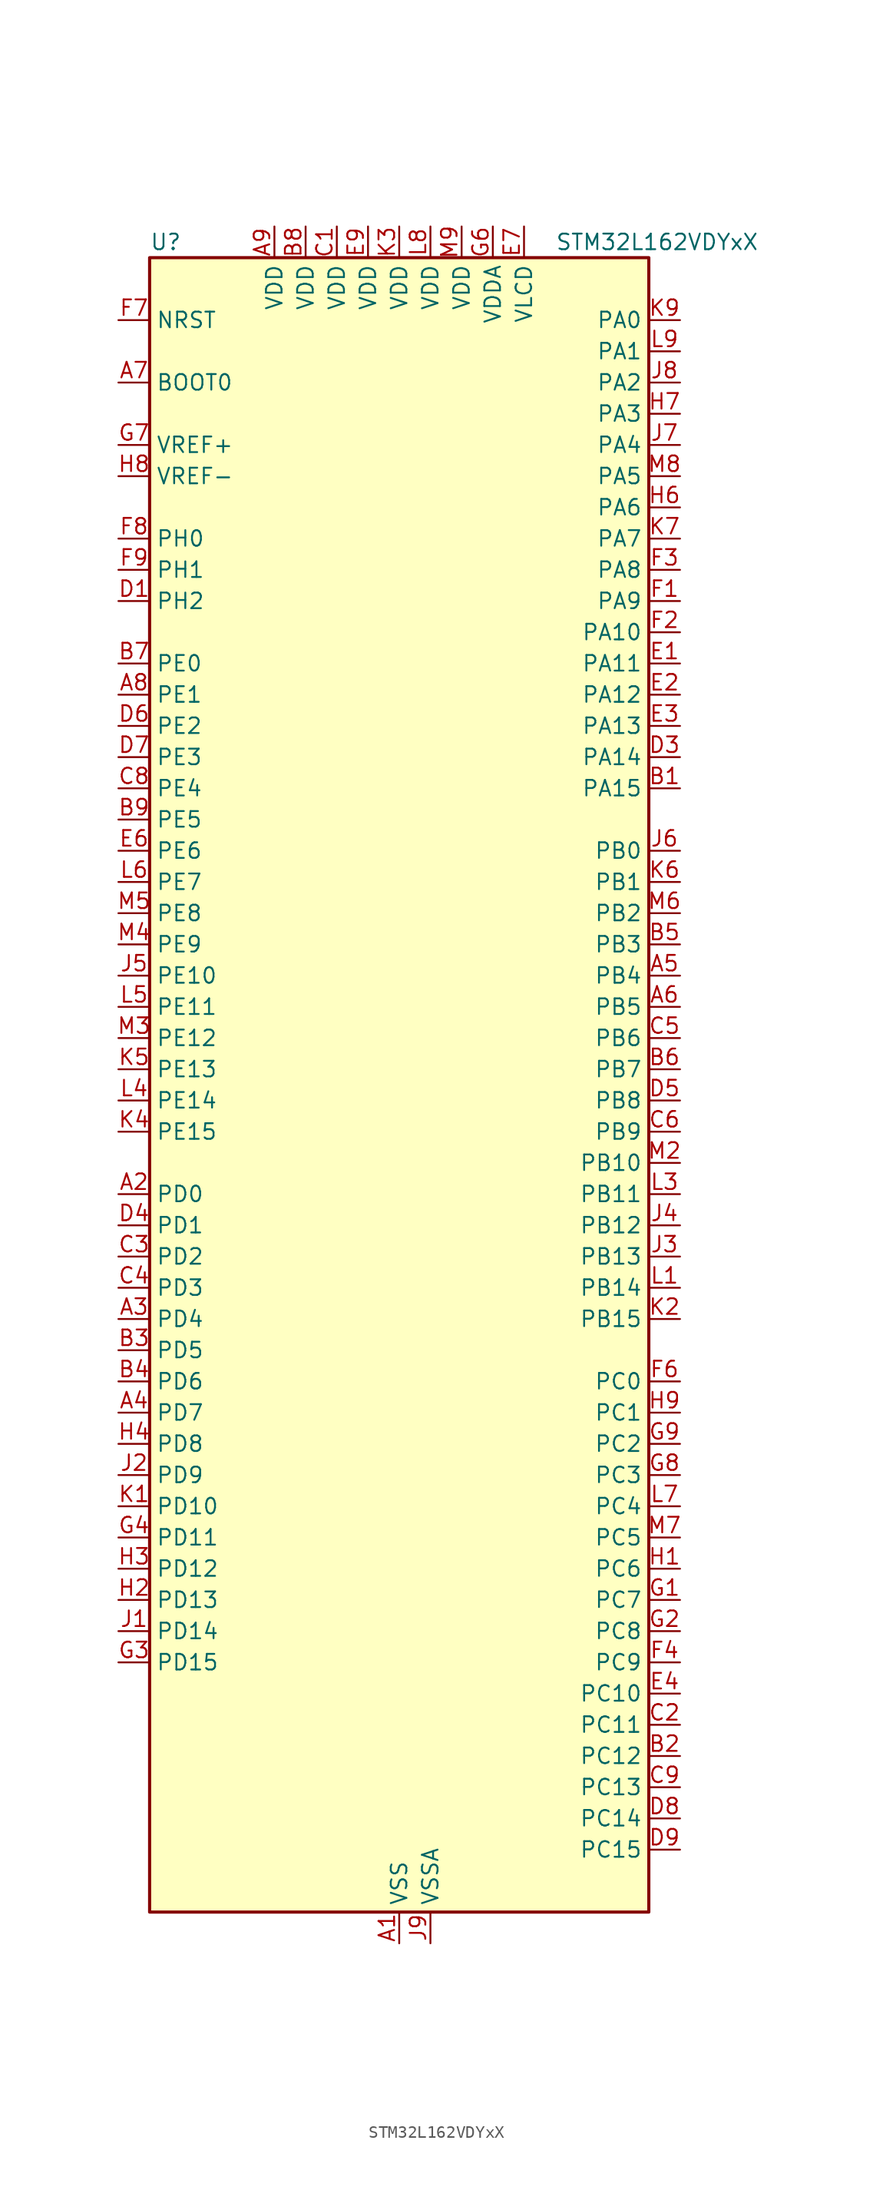
<source format=kicad_sym>
(kicad_symbol_lib
  (version 20241209)
  (generator "kicad_symbol_editor")
  (generator_version "9.0")
  (symbol "STM32L162VDYxX"
    (property "Reference" "U"
      (at -20.32 69.85 0)
      (effects (font (size 1.27 1.27)) (justify left)))
    (property "Value" "STM32L162VDYxX"
      (at 12.7 69.85 0)
      (effects (font (size 1.27 1.27)) (justify left)))
    (symbol "STM32L162VDYxX_0_1"
      (rectangle (start -20.32 -66.04) (end 20.32 68.58) (stroke (width 0.254) (type default)) (fill (type background))))
    (symbol "STM32L162VDYxX_1_1"
      (pin input line (at -22.86 63.5 0) (length 2.54) (name "NRST" (effects (font (size 1.27 1.27)))) (number "F7" (effects (font (size 1.27 1.27)))))
      (pin input line (at -22.86 58.42 0) (length 2.54) (name "BOOT0" (effects (font (size 1.27 1.27)))) (number "A7" (effects (font (size 1.27 1.27)))))
      (pin input line (at -22.86 53.34 0) (length 2.54) (name "VREF+" (effects (font (size 1.27 1.27)))) (number "G7" (effects (font (size 1.27 1.27)))))
      (pin input line (at -22.86 50.8 0) (length 2.54) (name "VREF-" (effects (font (size 1.27 1.27)))) (number "H8" (effects (font (size 1.27 1.27)))))
      (pin bidirectional line (at -22.86 45.72 0) (length 2.54) (name "PH0" (effects (font (size 1.27 1.27)))) (number "F8" (effects (font (size 1.27 1.27)))) (alternate "RCC_OSC_IN" bidirectional line))
      (pin bidirectional line (at -22.86 43.18 0) (length 2.54) (name "PH1" (effects (font (size 1.27 1.27)))) (number "F9" (effects (font (size 1.27 1.27)))) (alternate "RCC_OSC_OUT" bidirectional line))
      (pin bidirectional line (at -22.86 40.64 0) (length 2.54) (name "PH2" (effects (font (size 1.27 1.27)))) (number "D1" (effects (font (size 1.27 1.27)))))
      (pin bidirectional line (at -22.86 35.56 0) (length 2.54) (name "PE0" (effects (font (size 1.27 1.27)))) (number "B7" (effects (font (size 1.27 1.27)))) (alternate "LCD_SEG36" bidirectional line) (alternate "TIM10_CH1" bidirectional line) (alternate "TIM4_ETR" bidirectional line) (alternate "TIMX_IC1" bidirectional line))
      (pin bidirectional line (at -22.86 33.02 0) (length 2.54) (name "PE1" (effects (font (size 1.27 1.27)))) (number "A8" (effects (font (size 1.27 1.27)))) (alternate "LCD_SEG37" bidirectional line) (alternate "TIM11_CH1" bidirectional line) (alternate "TIMX_IC2" bidirectional line))
      (pin bidirectional line (at -22.86 30.48 0) (length 2.54) (name "PE2" (effects (font (size 1.27 1.27)))) (number "D6" (effects (font (size 1.27 1.27)))) (alternate "LCD_SEG38" bidirectional line) (alternate "SYS_TRACECK" bidirectional line) (alternate "TIM3_ETR" bidirectional line) (alternate "TIMX_IC3" bidirectional line))
      (pin bidirectional line (at -22.86 27.94 0) (length 2.54) (name "PE3" (effects (font (size 1.27 1.27)))) (number "D7" (effects (font (size 1.27 1.27)))) (alternate "LCD_SEG39" bidirectional line) (alternate "SYS_TRACED0" bidirectional line) (alternate "TIM3_CH1" bidirectional line) (alternate "TIMX_IC4" bidirectional line))
      (pin bidirectional line (at -22.86 25.4 0) (length 2.54) (name "PE4" (effects (font (size 1.27 1.27)))) (number "C8" (effects (font (size 1.27 1.27)))) (alternate "SYS_TRACED1" bidirectional line) (alternate "TIM3_CH2" bidirectional line) (alternate "TIMX_IC1" bidirectional line))
      (pin bidirectional line (at -22.86 22.86 0) (length 2.54) (name "PE5" (effects (font (size 1.27 1.27)))) (number "B9" (effects (font (size 1.27 1.27)))) (alternate "SYS_TRACED2" bidirectional line) (alternate "TIM9_CH1" bidirectional line) (alternate "TIMX_IC2" bidirectional line))
      (pin bidirectional line (at -22.86 20.32 0) (length 2.54) (name "PE6" (effects (font (size 1.27 1.27)))) (number "E6" (effects (font (size 1.27 1.27)))) (alternate "RTC_TAMP3" bidirectional line) (alternate "SYS_TRACED3" bidirectional line) (alternate "SYS_WKUP3" bidirectional line) (alternate "TIM9_CH2" bidirectional line) (alternate "TIMX_IC3" bidirectional line))
      (pin bidirectional line (at -22.86 17.78 0) (length 2.54) (name "PE7" (effects (font (size 1.27 1.27)))) (number "L6" (effects (font (size 1.27 1.27)))) (alternate "ADC_IN22" bidirectional line) (alternate "COMP1_INP" bidirectional line) (alternate "TIMX_IC4" bidirectional line))
      (pin bidirectional line (at -22.86 15.24 0) (length 2.54) (name "PE8" (effects (font (size 1.27 1.27)))) (number "M5" (effects (font (size 1.27 1.27)))) (alternate "ADC_IN23" bidirectional line) (alternate "COMP1_INP" bidirectional line) (alternate "TIMX_IC1" bidirectional line))
      (pin bidirectional line (at -22.86 12.7 0) (length 2.54) (name "PE9" (effects (font (size 1.27 1.27)))) (number "M4" (effects (font (size 1.27 1.27)))) (alternate "ADC_IN24" bidirectional line) (alternate "COMP1_INP" bidirectional line) (alternate "DAC_EXTI9" bidirectional line) (alternate "TIM2_CH1" bidirectional line) (alternate "TIM2_ETR" bidirectional line) (alternate "TIMX_IC2" bidirectional line))
      (pin bidirectional line (at -22.86 10.16 0) (length 2.54) (name "PE10" (effects (font (size 1.27 1.27)))) (number "J5" (effects (font (size 1.27 1.27)))) (alternate "ADC_IN25" bidirectional line) (alternate "COMP1_INP" bidirectional line) (alternate "TIM2_CH2" bidirectional line) (alternate "TIMX_IC3" bidirectional line))
      (pin bidirectional line (at -22.86 7.62 0) (length 2.54) (name "PE11" (effects (font (size 1.27 1.27)))) (number "L5" (effects (font (size 1.27 1.27)))) (alternate "ADC_EXTI11" bidirectional line) (alternate "TIM2_CH3" bidirectional line) (alternate "TIMX_IC4" bidirectional line))
      (pin bidirectional line (at -22.86 5.08 0) (length 2.54) (name "PE12" (effects (font (size 1.27 1.27)))) (number "M3" (effects (font (size 1.27 1.27)))) (alternate "SPI1_NSS" bidirectional line) (alternate "TIM2_CH4" bidirectional line) (alternate "TIMX_IC1" bidirectional line))
      (pin bidirectional line (at -22.86 2.54 0) (length 2.54) (name "PE13" (effects (font (size 1.27 1.27)))) (number "K5" (effects (font (size 1.27 1.27)))) (alternate "SPI1_SCK" bidirectional line) (alternate "TIMX_IC2" bidirectional line))
      (pin bidirectional line (at -22.86 0 0) (length 2.54) (name "PE14" (effects (font (size 1.27 1.27)))) (number "L4" (effects (font (size 1.27 1.27)))) (alternate "SPI1_MISO" bidirectional line) (alternate "TIMX_IC3" bidirectional line))
      (pin bidirectional line (at -22.86 -2.54 0) (length 2.54) (name "PE15" (effects (font (size 1.27 1.27)))) (number "K4" (effects (font (size 1.27 1.27)))) (alternate "ADC_EXTI15" bidirectional line) (alternate "SPI1_MOSI" bidirectional line) (alternate "TIMX_IC4" bidirectional line))
      (pin bidirectional line (at -22.86 -7.62 0) (length 2.54) (name "PD0" (effects (font (size 1.27 1.27)))) (number "A2" (effects (font (size 1.27 1.27)))) (alternate "I2S2_WS" bidirectional line) (alternate "SPI2_NSS" bidirectional line) (alternate "TIM9_CH1" bidirectional line) (alternate "TIMX_IC1" bidirectional line))
      (pin bidirectional line (at -22.86 -10.16 0) (length 2.54) (name "PD1" (effects (font (size 1.27 1.27)))) (number "D4" (effects (font (size 1.27 1.27)))) (alternate "I2S2_CK" bidirectional line) (alternate "SPI2_SCK" bidirectional line) (alternate "TIMX_IC2" bidirectional line))
      (pin bidirectional line (at -22.86 -12.7 0) (length 2.54) (name "PD2" (effects (font (size 1.27 1.27)))) (number "C3" (effects (font (size 1.27 1.27)))) (alternate "LCD_COM7" bidirectional line) (alternate "LCD_SEG31" bidirectional line) (alternate "LCD_SEG43" bidirectional line) (alternate "TIM3_ETR" bidirectional line) (alternate "TIMX_IC3" bidirectional line) (alternate "UART5_RX" bidirectional line))
      (pin bidirectional line (at -22.86 -15.24 0) (length 2.54) (name "PD3" (effects (font (size 1.27 1.27)))) (number "C4" (effects (font (size 1.27 1.27)))) (alternate "SPI2_MISO" bidirectional line) (alternate "TIMX_IC4" bidirectional line) (alternate "USART2_CTS" bidirectional line))
      (pin bidirectional line (at -22.86 -17.78 0) (length 2.54) (name "PD4" (effects (font (size 1.27 1.27)))) (number "A3" (effects (font (size 1.27 1.27)))) (alternate "I2S2_SD" bidirectional line) (alternate "SPI2_MOSI" bidirectional line) (alternate "TIMX_IC1" bidirectional line) (alternate "USART2_RTS" bidirectional line))
      (pin bidirectional line (at -22.86 -20.32 0) (length 2.54) (name "PD5" (effects (font (size 1.27 1.27)))) (number "B3" (effects (font (size 1.27 1.27)))) (alternate "TIMX_IC2" bidirectional line) (alternate "USART2_TX" bidirectional line))
      (pin bidirectional line (at -22.86 -22.86 0) (length 2.54) (name "PD6" (effects (font (size 1.27 1.27)))) (number "B4" (effects (font (size 1.27 1.27)))) (alternate "TIMX_IC3" bidirectional line) (alternate "USART2_RX" bidirectional line))
      (pin bidirectional line (at -22.86 -25.4 0) (length 2.54) (name "PD7" (effects (font (size 1.27 1.27)))) (number "A4" (effects (font (size 1.27 1.27)))) (alternate "TIM9_CH2" bidirectional line) (alternate "TIMX_IC4" bidirectional line) (alternate "USART2_CK" bidirectional line))
      (pin bidirectional line (at -22.86 -27.94 0) (length 2.54) (name "PD8" (effects (font (size 1.27 1.27)))) (number "H4" (effects (font (size 1.27 1.27)))) (alternate "LCD_SEG28" bidirectional line) (alternate "TIMX_IC1" bidirectional line) (alternate "USART3_TX" bidirectional line))
      (pin bidirectional line (at -22.86 -30.48 0) (length 2.54) (name "PD9" (effects (font (size 1.27 1.27)))) (number "J2" (effects (font (size 1.27 1.27)))) (alternate "DAC_EXTI9" bidirectional line) (alternate "LCD_SEG29" bidirectional line) (alternate "TIMX_IC2" bidirectional line) (alternate "USART3_RX" bidirectional line))
      (pin bidirectional line (at -22.86 -33.02 0) (length 2.54) (name "PD10" (effects (font (size 1.27 1.27)))) (number "K1" (effects (font (size 1.27 1.27)))) (alternate "LCD_SEG30" bidirectional line) (alternate "TIMX_IC3" bidirectional line) (alternate "USART3_CK" bidirectional line))
      (pin bidirectional line (at -22.86 -35.56 0) (length 2.54) (name "PD11" (effects (font (size 1.27 1.27)))) (number "G4" (effects (font (size 1.27 1.27)))) (alternate "ADC_EXTI11" bidirectional line) (alternate "LCD_SEG31" bidirectional line) (alternate "TIMX_IC4" bidirectional line) (alternate "USART3_CTS" bidirectional line))
      (pin bidirectional line (at -22.86 -38.1 0) (length 2.54) (name "PD12" (effects (font (size 1.27 1.27)))) (number "H3" (effects (font (size 1.27 1.27)))) (alternate "LCD_SEG32" bidirectional line) (alternate "TIM4_CH1" bidirectional line) (alternate "TIMX_IC1" bidirectional line) (alternate "USART3_RTS" bidirectional line))
      (pin bidirectional line (at -22.86 -40.64 0) (length 2.54) (name "PD13" (effects (font (size 1.27 1.27)))) (number "H2" (effects (font (size 1.27 1.27)))) (alternate "LCD_SEG33" bidirectional line) (alternate "TIM4_CH2" bidirectional line) (alternate "TIMX_IC2" bidirectional line))
      (pin bidirectional line (at -22.86 -43.18 0) (length 2.54) (name "PD14" (effects (font (size 1.27 1.27)))) (number "J1" (effects (font (size 1.27 1.27)))) (alternate "LCD_SEG34" bidirectional line) (alternate "TIM4_CH3" bidirectional line) (alternate "TIMX_IC3" bidirectional line))
      (pin bidirectional line (at -22.86 -45.72 0) (length 2.54) (name "PD15" (effects (font (size 1.27 1.27)))) (number "G3" (effects (font (size 1.27 1.27)))) (alternate "ADC_EXTI15" bidirectional line) (alternate "LCD_SEG35" bidirectional line) (alternate "TIM4_CH4" bidirectional line) (alternate "TIMX_IC4" bidirectional line))
      (pin power_in line (at -10.16 71.12 270) (length 2.54) (name "VDD" (effects (font (size 1.27 1.27)))) (number "A9" (effects (font (size 1.27 1.27)))))
      (pin power_in line (at -7.62 71.12 270) (length 2.54) (name "VDD" (effects (font (size 1.27 1.27)))) (number "B8" (effects (font (size 1.27 1.27)))))
      (pin power_in line (at -5.08 71.12 270) (length 2.54) (name "VDD" (effects (font (size 1.27 1.27)))) (number "C1" (effects (font (size 1.27 1.27)))))
      (pin power_in line (at -2.54 71.12 270) (length 2.54) (name "VDD" (effects (font (size 1.27 1.27)))) (number "E9" (effects (font (size 1.27 1.27)))))
      (pin power_in line (at 0 71.12 270) (length 2.54) (name "VDD" (effects (font (size 1.27 1.27)))) (number "K3" (effects (font (size 1.27 1.27)))))
      (pin power_in line (at 0 -68.58 90) (length 2.54) (name "VSS" (effects (font (size 1.27 1.27)))) (number "A1" (effects (font (size 1.27 1.27)))))
      (pin passive line (at 0 -68.58 90) (length 2.54) (hide yes) (name "VSS" (effects (font (size 1.27 1.27)))) (number "C7" (effects (font (size 1.27 1.27)))))
      (pin passive line (at 0 -68.58 90) (length 2.54) (hide yes) (name "VSS" (effects (font (size 1.27 1.27)))) (number "D2" (effects (font (size 1.27 1.27)))))
      (pin passive line (at 0 -68.58 90) (length 2.54) (hide yes) (name "VSS" (effects (font (size 1.27 1.27)))) (number "E8" (effects (font (size 1.27 1.27)))))
      (pin passive line (at 0 -68.58 90) (length 2.54) (hide yes) (name "VSS" (effects (font (size 1.27 1.27)))) (number "K8" (effects (font (size 1.27 1.27)))))
      (pin passive line (at 0 -68.58 90) (length 2.54) (hide yes) (name "VSS" (effects (font (size 1.27 1.27)))) (number "L2" (effects (font (size 1.27 1.27)))))
      (pin passive line (at 0 -68.58 90) (length 2.54) (hide yes) (name "VSS" (effects (font (size 1.27 1.27)))) (number "M1" (effects (font (size 1.27 1.27)))))
      (pin power_in line (at 2.54 71.12 270) (length 2.54) (name "VDD" (effects (font (size 1.27 1.27)))) (number "L8" (effects (font (size 1.27 1.27)))))
      (pin power_in line (at 2.54 -68.58 90) (length 2.54) (name "VSSA" (effects (font (size 1.27 1.27)))) (number "J9" (effects (font (size 1.27 1.27)))))
      (pin power_in line (at 5.08 71.12 270) (length 2.54) (name "VDD" (effects (font (size 1.27 1.27)))) (number "M9" (effects (font (size 1.27 1.27)))))
      (pin power_in line (at 7.62 71.12 270) (length 2.54) (name "VDDA" (effects (font (size 1.27 1.27)))) (number "G6" (effects (font (size 1.27 1.27)))))
      (pin power_in line (at 10.16 71.12 270) (length 2.54) (name "VLCD" (effects (font (size 1.27 1.27)))) (number "E7" (effects (font (size 1.27 1.27)))))
      (pin bidirectional line (at 22.86 63.5 180) (length 2.54) (name "PA0" (effects (font (size 1.27 1.27)))) (number "K9" (effects (font (size 1.27 1.27)))) (alternate "ADC_IN0" bidirectional line) (alternate "COMP1_INP" bidirectional line) (alternate "RTC_TAMP2" bidirectional line) (alternate "SYS_WKUP1" bidirectional line) (alternate "TIM2_CH1" bidirectional line) (alternate "TIM2_ETR" bidirectional line) (alternate "TIM5_CH1" bidirectional line) (alternate "TIMX_IC1" bidirectional line) (alternate "TS_G1_IO1" bidirectional line) (alternate "USART2_CTS" bidirectional line))
      (pin bidirectional line (at 22.86 60.96 180) (length 2.54) (name "PA1" (effects (font (size 1.27 1.27)))) (number "L9" (effects (font (size 1.27 1.27)))) (alternate "ADC_IN1" bidirectional line) (alternate "COMP1_INP" bidirectional line) (alternate "LCD_SEG0" bidirectional line) (alternate "OPAMP1_VINP" bidirectional line) (alternate "TIM2_CH2" bidirectional line) (alternate "TIM5_CH2" bidirectional line) (alternate "TIMX_IC2" bidirectional line) (alternate "TS_G1_IO2" bidirectional line) (alternate "USART2_RTS" bidirectional line))
      (pin bidirectional line (at 22.86 58.42 180) (length 2.54) (name "PA2" (effects (font (size 1.27 1.27)))) (number "J8" (effects (font (size 1.27 1.27)))) (alternate "ADC_IN2" bidirectional line) (alternate "COMP1_INP" bidirectional line) (alternate "LCD_SEG1" bidirectional line) (alternate "OPAMP1_VINM" bidirectional line) (alternate "TIM2_CH3" bidirectional line) (alternate "TIM5_CH3" bidirectional line) (alternate "TIM9_CH1" bidirectional line) (alternate "TIMX_IC3" bidirectional line) (alternate "TS_G1_IO3" bidirectional line) (alternate "USART2_TX" bidirectional line))
      (pin bidirectional line (at 22.86 55.88 180) (length 2.54) (name "PA3" (effects (font (size 1.27 1.27)))) (number "H7" (effects (font (size 1.27 1.27)))) (alternate "ADC_IN3" bidirectional line) (alternate "COMP1_INP" bidirectional line) (alternate "LCD_SEG2" bidirectional line) (alternate "OPAMP1_VOUT" bidirectional line) (alternate "TIM2_CH4" bidirectional line) (alternate "TIM5_CH4" bidirectional line) (alternate "TIM9_CH2" bidirectional line) (alternate "TIMX_IC4" bidirectional line) (alternate "TS_G1_IO4" bidirectional line) (alternate "USART2_RX" bidirectional line))
      (pin bidirectional line (at 22.86 53.34 180) (length 2.54) (name "PA4" (effects (font (size 1.27 1.27)))) (number "J7" (effects (font (size 1.27 1.27)))) (alternate "ADC_IN4" bidirectional line) (alternate "COMP1_INP" bidirectional line) (alternate "DAC_OUT1" bidirectional line) (alternate "I2S3_WS" bidirectional line) (alternate "SPI1_NSS" bidirectional line) (alternate "SPI3_NSS" bidirectional line) (alternate "TIMX_IC1" bidirectional line) (alternate "USART2_CK" bidirectional line))
      (pin bidirectional line (at 22.86 50.8 180) (length 2.54) (name "PA5" (effects (font (size 1.27 1.27)))) (number "M8" (effects (font (size 1.27 1.27)))) (alternate "ADC_IN5" bidirectional line) (alternate "COMP1_INP" bidirectional line) (alternate "DAC_OUT2" bidirectional line) (alternate "SPI1_SCK" bidirectional line) (alternate "TIM2_CH1" bidirectional line) (alternate "TIM2_ETR" bidirectional line) (alternate "TIMX_IC2" bidirectional line))
      (pin bidirectional line (at 22.86 48.26 180) (length 2.54) (name "PA6" (effects (font (size 1.27 1.27)))) (number "H6" (effects (font (size 1.27 1.27)))) (alternate "ADC_IN6" bidirectional line) (alternate "COMP1_INP" bidirectional line) (alternate "LCD_SEG3" bidirectional line) (alternate "OPAMP2_VINP" bidirectional line) (alternate "SPI1_MISO" bidirectional line) (alternate "TIM10_CH1" bidirectional line) (alternate "TIM3_CH1" bidirectional line) (alternate "TIMX_IC3" bidirectional line) (alternate "TS_G2_IO1" bidirectional line))
      (pin bidirectional line (at 22.86 45.72 180) (length 2.54) (name "PA7" (effects (font (size 1.27 1.27)))) (number "K7" (effects (font (size 1.27 1.27)))) (alternate "ADC_IN7" bidirectional line) (alternate "COMP1_INP" bidirectional line) (alternate "LCD_SEG4" bidirectional line) (alternate "OPAMP2_VINM" bidirectional line) (alternate "SPI1_MOSI" bidirectional line) (alternate "TIM11_CH1" bidirectional line) (alternate "TIM3_CH2" bidirectional line) (alternate "TIMX_IC4" bidirectional line) (alternate "TS_G2_IO2" bidirectional line))
      (pin bidirectional line (at 22.86 43.18 180) (length 2.54) (name "PA8" (effects (font (size 1.27 1.27)))) (number "F3" (effects (font (size 1.27 1.27)))) (alternate "LCD_COM0" bidirectional line) (alternate "RCC_MCO" bidirectional line) (alternate "TIMX_IC1" bidirectional line) (alternate "TS_G4_IO1" bidirectional line) (alternate "USART1_CK" bidirectional line))
      (pin bidirectional line (at 22.86 40.64 180) (length 2.54) (name "PA9" (effects (font (size 1.27 1.27)))) (number "F1" (effects (font (size 1.27 1.27)))) (alternate "DAC_EXTI9" bidirectional line) (alternate "LCD_COM1" bidirectional line) (alternate "TIMX_IC2" bidirectional line) (alternate "TS_G4_IO2" bidirectional line) (alternate "USART1_TX" bidirectional line))
      (pin bidirectional line (at 22.86 38.1 180) (length 2.54) (name "PA10" (effects (font (size 1.27 1.27)))) (number "F2" (effects (font (size 1.27 1.27)))) (alternate "LCD_COM2" bidirectional line) (alternate "TIMX_IC3" bidirectional line) (alternate "TS_G4_IO3" bidirectional line) (alternate "USART1_RX" bidirectional line))
      (pin bidirectional line (at 22.86 35.56 180) (length 2.54) (name "PA11" (effects (font (size 1.27 1.27)))) (number "E1" (effects (font (size 1.27 1.27)))) (alternate "ADC_EXTI11" bidirectional line) (alternate "SPI1_MISO" bidirectional line) (alternate "TIMX_IC4" bidirectional line) (alternate "USART1_CTS" bidirectional line) (alternate "USB_DM" bidirectional line))
      (pin bidirectional line (at 22.86 33.02 180) (length 2.54) (name "PA12" (effects (font (size 1.27 1.27)))) (number "E2" (effects (font (size 1.27 1.27)))) (alternate "SPI1_MOSI" bidirectional line) (alternate "TIMX_IC1" bidirectional line) (alternate "USART1_RTS" bidirectional line) (alternate "USB_DP" bidirectional line))
      (pin bidirectional line (at 22.86 30.48 180) (length 2.54) (name "PA13" (effects (font (size 1.27 1.27)))) (number "E3" (effects (font (size 1.27 1.27)))) (alternate "SYS_JTMS-SWDIO" bidirectional line) (alternate "TIMX_IC2" bidirectional line) (alternate "TS_G5_IO1" bidirectional line))
      (pin bidirectional line (at 22.86 27.94 180) (length 2.54) (name "PA14" (effects (font (size 1.27 1.27)))) (number "D3" (effects (font (size 1.27 1.27)))) (alternate "SYS_JTCK-SWCLK" bidirectional line) (alternate "TIMX_IC3" bidirectional line) (alternate "TS_G5_IO2" bidirectional line))
      (pin bidirectional line (at 22.86 25.4 180) (length 2.54) (name "PA15" (effects (font (size 1.27 1.27)))) (number "B1" (effects (font (size 1.27 1.27)))) (alternate "ADC_EXTI15" bidirectional line) (alternate "I2S3_WS" bidirectional line) (alternate "LCD_SEG17" bidirectional line) (alternate "SPI1_NSS" bidirectional line) (alternate "SPI3_NSS" bidirectional line) (alternate "SYS_JTDI" bidirectional line) (alternate "TIM2_CH1" bidirectional line) (alternate "TIM2_ETR" bidirectional line) (alternate "TIMX_IC4" bidirectional line) (alternate "TS_G5_IO3" bidirectional line))
      (pin bidirectional line (at 22.86 20.32 180) (length 2.54) (name "PB0" (effects (font (size 1.27 1.27)))) (number "J6" (effects (font (size 1.27 1.27)))) (alternate "ADC_IN8" bidirectional line) (alternate "COMP1_INP" bidirectional line) (alternate "LCD_SEG5" bidirectional line) (alternate "OPAMP2_VOUT" bidirectional line) (alternate "SYS_V_REF_OUT" bidirectional line) (alternate "TIM3_CH3" bidirectional line) (alternate "TS_G3_IO1" bidirectional line))
      (pin bidirectional line (at 22.86 17.78 180) (length 2.54) (name "PB1" (effects (font (size 1.27 1.27)))) (number "K6" (effects (font (size 1.27 1.27)))) (alternate "ADC_IN9" bidirectional line) (alternate "COMP1_INP" bidirectional line) (alternate "LCD_SEG6" bidirectional line) (alternate "SYS_V_REF_OUT" bidirectional line) (alternate "TIM3_CH4" bidirectional line) (alternate "TS_G3_IO2" bidirectional line))
      (pin bidirectional line (at 22.86 15.24 180) (length 2.54) (name "PB2" (effects (font (size 1.27 1.27)))) (number "M6" (effects (font (size 1.27 1.27)))) (alternate "ADC_IN0b" bidirectional line) (alternate "TS_G3_IO3" bidirectional line))
      (pin bidirectional line (at 22.86 12.7 180) (length 2.54) (name "PB3" (effects (font (size 1.27 1.27)))) (number "B5" (effects (font (size 1.27 1.27)))) (alternate "COMP2_INM" bidirectional line) (alternate "I2S3_CK" bidirectional line) (alternate "LCD_SEG7" bidirectional line) (alternate "SPI1_SCK" bidirectional line) (alternate "SPI3_SCK" bidirectional line) (alternate "SYS_JTDO-TRACESWO" bidirectional line) (alternate "TIM2_CH2" bidirectional line))
      (pin bidirectional line (at 22.86 10.16 180) (length 2.54) (name "PB4" (effects (font (size 1.27 1.27)))) (number "A5" (effects (font (size 1.27 1.27)))) (alternate "COMP2_INP" bidirectional line) (alternate "LCD_SEG8" bidirectional line) (alternate "SPI1_MISO" bidirectional line) (alternate "SPI3_MISO" bidirectional line) (alternate "SYS_JTRST" bidirectional line) (alternate "TIM3_CH1" bidirectional line) (alternate "TS_G6_IO1" bidirectional line))
      (pin bidirectional line (at 22.86 7.62 180) (length 2.54) (name "PB5" (effects (font (size 1.27 1.27)))) (number "A6" (effects (font (size 1.27 1.27)))) (alternate "COMP2_INP" bidirectional line) (alternate "I2C1_SMBA" bidirectional line) (alternate "I2S3_SD" bidirectional line) (alternate "LCD_SEG9" bidirectional line) (alternate "SPI1_MOSI" bidirectional line) (alternate "SPI3_MOSI" bidirectional line) (alternate "TIM3_CH2" bidirectional line) (alternate "TS_G6_IO2" bidirectional line))
      (pin bidirectional line (at 22.86 5.08 180) (length 2.54) (name "PB6" (effects (font (size 1.27 1.27)))) (number "C5" (effects (font (size 1.27 1.27)))) (alternate "COMP2_INP" bidirectional line) (alternate "I2C1_SCL" bidirectional line) (alternate "TIM4_CH1" bidirectional line) (alternate "TS_G6_IO3" bidirectional line) (alternate "USART1_TX" bidirectional line))
      (pin bidirectional line (at 22.86 2.54 180) (length 2.54) (name "PB7" (effects (font (size 1.27 1.27)))) (number "B6" (effects (font (size 1.27 1.27)))) (alternate "COMP2_INP" bidirectional line) (alternate "I2C1_SDA" bidirectional line) (alternate "SYS_PVD_IN" bidirectional line) (alternate "TIM4_CH2" bidirectional line) (alternate "TS_G6_IO4" bidirectional line) (alternate "USART1_RX" bidirectional line))
      (pin bidirectional line (at 22.86 0 180) (length 2.54) (name "PB8" (effects (font (size 1.27 1.27)))) (number "D5" (effects (font (size 1.27 1.27)))) (alternate "I2C1_SCL" bidirectional line) (alternate "LCD_SEG16" bidirectional line) (alternate "TIM10_CH1" bidirectional line) (alternate "TIM4_CH3" bidirectional line))
      (pin bidirectional line (at 22.86 -2.54 180) (length 2.54) (name "PB9" (effects (font (size 1.27 1.27)))) (number "C6" (effects (font (size 1.27 1.27)))) (alternate "DAC_EXTI9" bidirectional line) (alternate "I2C1_SDA" bidirectional line) (alternate "LCD_COM3" bidirectional line) (alternate "TIM11_CH1" bidirectional line) (alternate "TIM4_CH4" bidirectional line))
      (pin bidirectional line (at 22.86 -5.08 180) (length 2.54) (name "PB10" (effects (font (size 1.27 1.27)))) (number "M2" (effects (font (size 1.27 1.27)))) (alternate "I2C2_SCL" bidirectional line) (alternate "LCD_SEG10" bidirectional line) (alternate "TIM2_CH3" bidirectional line) (alternate "USART3_TX" bidirectional line))
      (pin bidirectional line (at 22.86 -7.62 180) (length 2.54) (name "PB11" (effects (font (size 1.27 1.27)))) (number "L3" (effects (font (size 1.27 1.27)))) (alternate "ADC_EXTI11" bidirectional line) (alternate "I2C2_SDA" bidirectional line) (alternate "LCD_SEG11" bidirectional line) (alternate "TIM2_CH4" bidirectional line) (alternate "USART3_RX" bidirectional line))
      (pin bidirectional line (at 22.86 -10.16 180) (length 2.54) (name "PB12" (effects (font (size 1.27 1.27)))) (number "J4" (effects (font (size 1.27 1.27)))) (alternate "ADC_IN18" bidirectional line) (alternate "COMP1_INP" bidirectional line) (alternate "I2C2_SMBA" bidirectional line) (alternate "I2S2_WS" bidirectional line) (alternate "LCD_SEG12" bidirectional line) (alternate "SPI2_NSS" bidirectional line) (alternate "TIM10_CH1" bidirectional line) (alternate "TS_G7_IO1" bidirectional line) (alternate "USART3_CK" bidirectional line))
      (pin bidirectional line (at 22.86 -12.7 180) (length 2.54) (name "PB13" (effects (font (size 1.27 1.27)))) (number "J3" (effects (font (size 1.27 1.27)))) (alternate "ADC_IN19" bidirectional line) (alternate "COMP1_INP" bidirectional line) (alternate "I2S2_CK" bidirectional line) (alternate "LCD_SEG13" bidirectional line) (alternate "SPI2_SCK" bidirectional line) (alternate "TIM9_CH1" bidirectional line) (alternate "TS_G7_IO2" bidirectional line) (alternate "USART3_CTS" bidirectional line))
      (pin bidirectional line (at 22.86 -15.24 180) (length 2.54) (name "PB14" (effects (font (size 1.27 1.27)))) (number "L1" (effects (font (size 1.27 1.27)))) (alternate "ADC_IN20" bidirectional line) (alternate "COMP1_INP" bidirectional line) (alternate "LCD_SEG14" bidirectional line) (alternate "SPI2_MISO" bidirectional line) (alternate "TIM9_CH2" bidirectional line) (alternate "TS_G7_IO3" bidirectional line) (alternate "USART3_RTS" bidirectional line))
      (pin bidirectional line (at 22.86 -17.78 180) (length 2.54) (name "PB15" (effects (font (size 1.27 1.27)))) (number "K2" (effects (font (size 1.27 1.27)))) (alternate "ADC_EXTI15" bidirectional line) (alternate "ADC_IN21" bidirectional line) (alternate "COMP1_INP" bidirectional line) (alternate "I2S2_SD" bidirectional line) (alternate "LCD_SEG15" bidirectional line) (alternate "RTC_REFIN" bidirectional line) (alternate "SPI2_MOSI" bidirectional line) (alternate "TIM11_CH1" bidirectional line) (alternate "TS_G7_IO4" bidirectional line))
      (pin bidirectional line (at 22.86 -22.86 180) (length 2.54) (name "PC0" (effects (font (size 1.27 1.27)))) (number "F6" (effects (font (size 1.27 1.27)))) (alternate "ADC_IN10" bidirectional line) (alternate "COMP1_INP" bidirectional line) (alternate "LCD_SEG18" bidirectional line) (alternate "TIMX_IC1" bidirectional line) (alternate "TS_G8_IO1" bidirectional line))
      (pin bidirectional line (at 22.86 -25.4 180) (length 2.54) (name "PC1" (effects (font (size 1.27 1.27)))) (number "H9" (effects (font (size 1.27 1.27)))) (alternate "ADC_IN11" bidirectional line) (alternate "COMP1_INP" bidirectional line) (alternate "LCD_SEG19" bidirectional line) (alternate "TIMX_IC2" bidirectional line) (alternate "TS_G8_IO2" bidirectional line))
      (pin bidirectional line (at 22.86 -27.94 180) (length 2.54) (name "PC2" (effects (font (size 1.27 1.27)))) (number "G9" (effects (font (size 1.27 1.27)))) (alternate "ADC_IN12" bidirectional line) (alternate "COMP1_INP" bidirectional line) (alternate "LCD_SEG20" bidirectional line) (alternate "TIMX_IC3" bidirectional line) (alternate "TS_G8_IO3" bidirectional line))
      (pin bidirectional line (at 22.86 -30.48 180) (length 2.54) (name "PC3" (effects (font (size 1.27 1.27)))) (number "G8" (effects (font (size 1.27 1.27)))) (alternate "ADC_IN13" bidirectional line) (alternate "COMP1_INP" bidirectional line) (alternate "LCD_SEG21" bidirectional line) (alternate "TIMX_IC4" bidirectional line) (alternate "TS_G8_IO4" bidirectional line))
      (pin bidirectional line (at 22.86 -33.02 180) (length 2.54) (name "PC4" (effects (font (size 1.27 1.27)))) (number "L7" (effects (font (size 1.27 1.27)))) (alternate "ADC_IN14" bidirectional line) (alternate "COMP1_INP" bidirectional line) (alternate "LCD_SEG22" bidirectional line) (alternate "TIMX_IC1" bidirectional line) (alternate "TS_G9_IO1" bidirectional line))
      (pin bidirectional line (at 22.86 -35.56 180) (length 2.54) (name "PC5" (effects (font (size 1.27 1.27)))) (number "M7" (effects (font (size 1.27 1.27)))) (alternate "ADC_IN15" bidirectional line) (alternate "COMP1_INP" bidirectional line) (alternate "LCD_SEG23" bidirectional line) (alternate "TIMX_IC2" bidirectional line) (alternate "TS_G9_IO2" bidirectional line))
      (pin bidirectional line (at 22.86 -38.1 180) (length 2.54) (name "PC6" (effects (font (size 1.27 1.27)))) (number "H1" (effects (font (size 1.27 1.27)))) (alternate "I2S2_MCK" bidirectional line) (alternate "LCD_SEG24" bidirectional line) (alternate "TIM3_CH1" bidirectional line) (alternate "TIMX_IC3" bidirectional line) (alternate "TS_G10_IO1" bidirectional line))
      (pin bidirectional line (at 22.86 -40.64 180) (length 2.54) (name "PC7" (effects (font (size 1.27 1.27)))) (number "G1" (effects (font (size 1.27 1.27)))) (alternate "I2S3_MCK" bidirectional line) (alternate "LCD_SEG25" bidirectional line) (alternate "TIM3_CH2" bidirectional line) (alternate "TIMX_IC4" bidirectional line) (alternate "TS_G10_IO2" bidirectional line))
      (pin bidirectional line (at 22.86 -43.18 180) (length 2.54) (name "PC8" (effects (font (size 1.27 1.27)))) (number "G2" (effects (font (size 1.27 1.27)))) (alternate "LCD_SEG26" bidirectional line) (alternate "TIM3_CH3" bidirectional line) (alternate "TIMX_IC1" bidirectional line) (alternate "TS_G10_IO3" bidirectional line))
      (pin bidirectional line (at 22.86 -45.72 180) (length 2.54) (name "PC9" (effects (font (size 1.27 1.27)))) (number "F4" (effects (font (size 1.27 1.27)))) (alternate "DAC_EXTI9" bidirectional line) (alternate "LCD_SEG27" bidirectional line) (alternate "TIM3_CH4" bidirectional line) (alternate "TIMX_IC2" bidirectional line) (alternate "TS_G10_IO4" bidirectional line))
      (pin bidirectional line (at 22.86 -48.26 180) (length 2.54) (name "PC10" (effects (font (size 1.27 1.27)))) (number "E4" (effects (font (size 1.27 1.27)))) (alternate "I2S3_CK" bidirectional line) (alternate "LCD_COM4" bidirectional line) (alternate "LCD_SEG28" bidirectional line) (alternate "LCD_SEG40" bidirectional line) (alternate "SPI3_SCK" bidirectional line) (alternate "TIMX_IC3" bidirectional line) (alternate "UART4_TX" bidirectional line) (alternate "USART3_TX" bidirectional line))
      (pin bidirectional line (at 22.86 -50.8 180) (length 2.54) (name "PC11" (effects (font (size 1.27 1.27)))) (number "C2" (effects (font (size 1.27 1.27)))) (alternate "ADC_EXTI11" bidirectional line) (alternate "LCD_COM5" bidirectional line) (alternate "LCD_SEG29" bidirectional line) (alternate "LCD_SEG41" bidirectional line) (alternate "SPI3_MISO" bidirectional line) (alternate "TIMX_IC4" bidirectional line) (alternate "UART4_RX" bidirectional line) (alternate "USART3_RX" bidirectional line))
      (pin bidirectional line (at 22.86 -53.34 180) (length 2.54) (name "PC12" (effects (font (size 1.27 1.27)))) (number "B2" (effects (font (size 1.27 1.27)))) (alternate "I2S3_SD" bidirectional line) (alternate "LCD_COM6" bidirectional line) (alternate "LCD_SEG30" bidirectional line) (alternate "LCD_SEG42" bidirectional line) (alternate "SPI3_MOSI" bidirectional line) (alternate "TIMX_IC1" bidirectional line) (alternate "UART5_TX" bidirectional line) (alternate "USART3_CK" bidirectional line))
      (pin bidirectional line (at 22.86 -55.88 180) (length 2.54) (name "PC13" (effects (font (size 1.27 1.27)))) (number "C9" (effects (font (size 1.27 1.27)))) (alternate "RTC_OUT_ALARM" bidirectional line) (alternate "RTC_OUT_CALIB" bidirectional line) (alternate "RTC_TAMP1" bidirectional line) (alternate "RTC_TS" bidirectional line) (alternate "SYS_WKUP2" bidirectional line) (alternate "TIMX_IC2" bidirectional line))
      (pin bidirectional line (at 22.86 -58.42 180) (length 2.54) (name "PC14" (effects (font (size 1.27 1.27)))) (number "D8" (effects (font (size 1.27 1.27)))) (alternate "RCC_OSC32_IN" bidirectional line) (alternate "TIMX_IC3" bidirectional line))
      (pin bidirectional line (at 22.86 -60.96 180) (length 2.54) (name "PC15" (effects (font (size 1.27 1.27)))) (number "D9" (effects (font (size 1.27 1.27)))) (alternate "ADC_EXTI15" bidirectional line) (alternate "RCC_OSC32_OUT" bidirectional line) (alternate "TIMX_IC4" bidirectional line)))))
</source>
